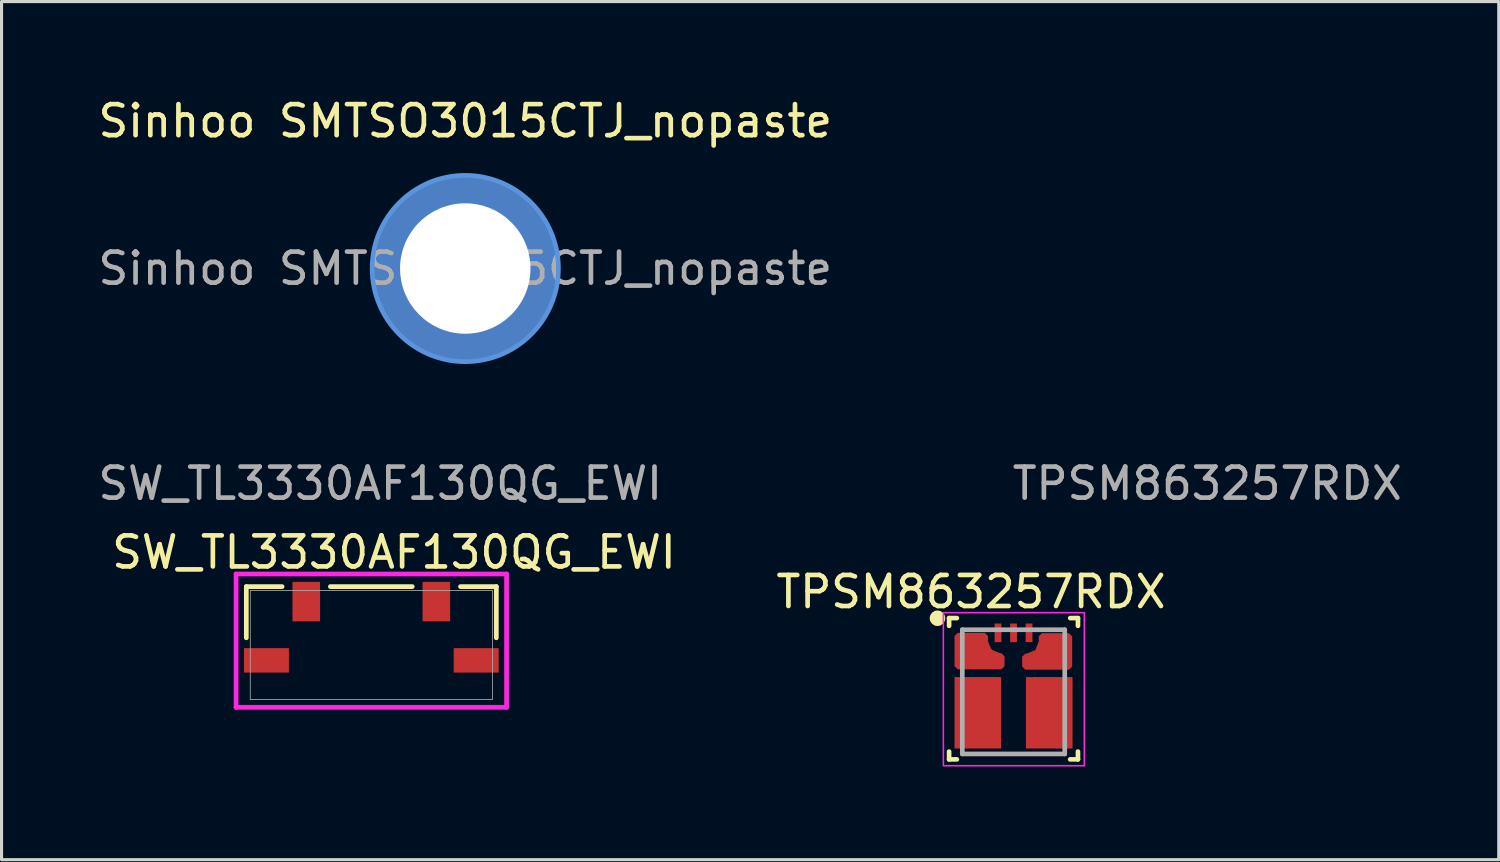
<source format=kicad_pcb>
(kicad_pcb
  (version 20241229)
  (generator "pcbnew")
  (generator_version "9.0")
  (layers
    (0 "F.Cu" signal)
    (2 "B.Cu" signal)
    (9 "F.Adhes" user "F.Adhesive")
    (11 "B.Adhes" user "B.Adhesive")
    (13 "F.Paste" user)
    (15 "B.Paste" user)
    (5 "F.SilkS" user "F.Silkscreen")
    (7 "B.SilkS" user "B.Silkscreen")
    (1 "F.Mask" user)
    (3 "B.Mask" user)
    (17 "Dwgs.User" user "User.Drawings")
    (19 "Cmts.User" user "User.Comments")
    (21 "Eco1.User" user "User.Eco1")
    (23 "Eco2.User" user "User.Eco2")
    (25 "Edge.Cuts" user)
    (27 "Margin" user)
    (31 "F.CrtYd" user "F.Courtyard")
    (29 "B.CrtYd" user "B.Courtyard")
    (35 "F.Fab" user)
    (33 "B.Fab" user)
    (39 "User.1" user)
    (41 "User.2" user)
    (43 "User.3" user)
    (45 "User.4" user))
  (footprint "SW_TL3330AF130QG_EWI"
    (layer "F.Cu")
    (at 8.909 17.723)
    (property "Reference" "SW_TL3330AF130QG_EWI" (at 0.73 -2.985 0) (unlocked yes) (layer "F.SilkS") (effects (font (size 1 1) (thickness 0.15))))
    (attr smd)
    (fp_line (start -4.026 -1.88) (end -4.026 -0.231) (stroke (width 0.152) (type solid)) (layer "F.SilkS"))
    (fp_line (start -2.873 -1.88) (end -4.026 -1.88) (stroke (width 0.152) (type solid)) (layer "F.SilkS"))
    (fp_line (start 1.318 -1.88) (end -1.318 -1.88) (stroke (width 0.152) (type solid)) (layer "F.SilkS"))
    (fp_line (start 4.026 -1.88) (end 2.873 -1.88) (stroke (width 0.152) (type solid)) (layer "F.SilkS"))
    (fp_line (start 4.026 -0.231) (end 4.026 -1.88) (stroke (width 0.152) (type solid)) (layer "F.SilkS"))
    (fp_line (start -4.356 -2.286) (end -4.356 2.007) (stroke (width 0.152) (type solid)) (layer "F.CrtYd"))
    (fp_line (start -4.356 2.007) (end 4.356 2.007) (stroke (width 0.152) (type solid)) (layer "F.CrtYd"))
    (fp_line (start 4.356 -2.286) (end -4.356 -2.286) (stroke (width 0.152) (type solid)) (layer "F.CrtYd"))
    (fp_line (start 4.356 2.007) (end 4.356 -2.286) (stroke (width 0.152) (type solid)) (layer "F.CrtYd"))
    (fp_line (start -3.899 -1.753) (end -3.899 1.753) (stroke (width 0.025) (type solid)) (layer "F.Fab"))
    (fp_line (start -3.899 1.753) (end 3.899 1.753) (stroke (width 0.025) (type solid)) (layer "F.Fab"))
    (fp_line (start 3.899 -1.753) (end -3.899 -1.753) (stroke (width 0.025) (type solid)) (layer "F.Fab"))
    (fp_line (start 3.899 1.753) (end 3.899 -1.753) (stroke (width 0.025) (type solid)) (layer "F.Fab"))
    (fp_text user "${REFERENCE}" (at 0.287 -5.201 0) (unlocked yes) (layer "F.Fab") (effects (font (size 1 1) (thickness 0.15))))
    (pad "1" smd rect (at -2.095 -1.397) (size 0.889 1.27) (layers "F.Cu" "F.Mask" "F.Paste"))
    (pad "2" smd rect (at 2.095 -1.397) (size 0.889 1.27) (layers "F.Cu" "F.Mask" "F.Paste"))
    (pad "3" smd rect (at -3.378 0.495) (size 1.448 0.787) (layers "F.Cu" "F.Mask" "F.Paste"))
    (pad "4" smd rect (at 3.378 0.495) (size 1.448 0.787) (layers "F.Cu" "F.Mask" "F.Paste")))
  (footprint "TPSM863257RDX"
    (layer "F.Cu")
    (at 29.593 19.232)
    (property "Reference" "TPSM863257RDX" (at -1.37 -3.22 0) (unlocked yes) (layer "F.SilkS") (effects (font (size 1 1) (thickness 0.15))))
    (attr through_hole)
    (fp_poly (pts (xy 0.925 -1.85) (xy 0.875 -1.8) (xy 0.875 -1.593) (xy 0.758 -1.312) (xy 0.477 -1.195) (xy 0.39 -1.195) (xy 0.34 -1.145) (xy 0.34 -0.825) (xy 0.39 -0.775) (xy 1.4 -0.775) (xy 1.45 -0.825) (xy 1.5 -0.875) (xy 1.8 -0.875) (xy 1.85 -0.925) (xy 1.85 -1.075) (xy 1.8 -1.125) (xy 1.5 -1.125) (xy 1.45 -1.175) (xy 1.45 -1.325) (xy 1.5 -1.375) (xy 1.8 -1.375) (xy 1.85 -1.425) (xy 1.85 -1.575) (xy 1.8 -1.625) (xy 1.5 -1.625) (xy 1.45 -1.675) (xy 1.45 -1.8) (xy 1.4 -1.85)) (stroke (width 0) (type solid)) (fill yes) (layer "F.Mask"))
    (fp_poly (pts (xy -0.925 -1.85) (xy -0.875 -1.8) (xy -0.875 -1.593) (xy -0.771 -1.343) (xy -0.727 -1.299) (xy -0.477 -1.195) (xy -0.39 -1.195) (xy -0.34 -1.145) (xy -0.34 -0.825) (xy -0.39 -0.775) (xy -1.4 -0.775) (xy -1.45 -0.825) (xy -1.5 -0.875) (xy -1.8 -0.875) (xy -1.85 -0.925) (xy -1.85 -1.075) (xy -1.8 -1.125) (xy -1.5 -1.125) (xy -1.45 -1.175) (xy -1.45 -1.325) (xy -1.5 -1.375) (xy -1.8 -1.375) (xy -1.85 -1.425) (xy -1.85 -1.575) (xy -1.8 -1.625) (xy -1.5 -1.625) (xy -1.45 -1.675) (xy -1.45 -1.8) (xy -1.4 -1.85)) (stroke (width 0) (type solid)) (fill yes) (layer "F.Mask"))
    (fp_poly (pts (xy -0.5 -0.425) (xy -0.45 -0.375) (xy -0.45 1.725) (xy -0.5 1.775) (xy -1.4 1.775) (xy -1.45 1.725) (xy -1.45 1.59) (xy -1.5 1.54) (xy -1.8 1.54) (xy -1.85 1.49) (xy -1.85 1.34) (xy -1.8 1.29) (xy -1.5 1.29) (xy -1.45 1.24) (xy -1.45 1.09) (xy -1.5 1.04) (xy -1.8 1.04) (xy -1.85 0.99) (xy -1.85 0.84) (xy -1.8 0.79) (xy -1.5 0.79) (xy -1.45 0.74) (xy -1.45 0.59) (xy -1.5 0.54) (xy -1.8 0.54) (xy -1.85 0.49) (xy -1.85 0.34) (xy -1.8 0.29) (xy -1.5 0.29) (xy -1.45 0.24) (xy -1.45 0.09) (xy -1.5 0.04) (xy -1.8 0.04) (xy -1.85 -0.01) (xy -1.85 -0.16) (xy -1.8 -0.21) (xy -1.5 -0.21) (xy -1.45 -0.26) (xy -1.45 -0.375) (xy -1.4 -0.425)) (stroke (width 0) (type solid)) (fill yes) (layer "F.Mask"))
    (fp_poly (pts (xy 0.5 -0.425) (xy 0.45 -0.375) (xy 0.45 1.725) (xy 0.5 1.775) (xy 1.4 1.775) (xy 1.45 1.725) (xy 1.45 1.59) (xy 1.5 1.54) (xy 1.8 1.54) (xy 1.85 1.49) (xy 1.85 1.34) (xy 1.8 1.29) (xy 1.5 1.29) (xy 1.45 1.24) (xy 1.45 1.09) (xy 1.5 1.04) (xy 1.8 1.04) (xy 1.85 0.99) (xy 1.85 0.84) (xy 1.8 0.79) (xy 1.5 0.79) (xy 1.45 0.74) (xy 1.45 0.59) (xy 1.5 0.54) (xy 1.8 0.54) (xy 1.85 0.49) (xy 1.85 0.34) (xy 1.8 0.29) (xy 1.5 0.29) (xy 1.45 0.24) (xy 1.45 0.09) (xy 1.5 0.04) (xy 1.8 0.04) (xy 1.85 -0.01) (xy 1.85 -0.16) (xy 1.8 -0.21) (xy 1.5 -0.21) (xy 1.45 -0.26) (xy 1.45 -0.375) (xy 1.4 -0.425)) (stroke (width 0) (type solid)) (fill yes) (layer "F.Mask"))
    (fp_line (start -2.075 -2.375) (end -1.825 -2.375) (stroke (width 0.15) (type solid)) (layer "F.SilkS"))
    (fp_line (start -2.075 -2.125) (end -2.075 -2.375) (stroke (width 0.15) (type solid)) (layer "F.SilkS"))
    (fp_line (start -2.075 2.175) (end -2.075 1.925) (stroke (width 0.15) (type solid)) (layer "F.SilkS"))
    (fp_line (start -2.075 2.175) (end -1.825 2.175) (stroke (width 0.15) (type solid)) (layer "F.SilkS"))
    (fp_line (start 1.825 -2.375) (end 2.075 -2.375) (stroke (width 0.15) (type solid)) (layer "F.SilkS"))
    (fp_line (start 1.825 2.175) (end 2.075 2.175) (stroke (width 0.15) (type solid)) (layer "F.SilkS"))
    (fp_line (start 2.075 -2.125) (end 2.075 -2.375) (stroke (width 0.15) (type solid)) (layer "F.SilkS"))
    (fp_line (start 2.075 2.175) (end 2.075 1.925) (stroke (width 0.15) (type solid)) (layer "F.SilkS"))
    (fp_circle (center -2.45 -2.37) (end -2.325 -2.37) (stroke (width 0.25) (type solid)) (fill no) (layer "F.SilkS"))
    (fp_poly (pts (xy -1.85 -1.575) (xy -1.8 -1.625) (xy -1.45 -1.625) (xy -1.4 -1.575) (xy -1.4 -1.425) (xy -1.45 -1.375) (xy -1.8 -1.375) (xy -1.85 -1.425)) (stroke (width 0) (type solid)) (fill yes) (layer "F.Paste"))
    (fp_poly (pts (xy -1.8 -1.125) (xy -1.45 -1.125) (xy -1.4 -1.075) (xy -1.4 -0.925) (xy -1.45 -0.875) (xy -1.8 -0.875) (xy -1.85 -0.925) (xy -1.85 -1.075)) (stroke (width 0) (type solid)) (fill yes) (layer "F.Paste"))
    (fp_poly (pts (xy 1.85 -1.575) (xy 1.85 -1.425) (xy 1.8 -1.375) (xy 1.45 -1.375) (xy 1.4 -1.425) (xy 1.4 -1.575) (xy 1.45 -1.625) (xy 1.8 -1.625)) (stroke (width 0) (type solid)) (fill yes) (layer "F.Paste"))
    (fp_poly (pts (xy 1.85 -1.075) (xy 1.85 -0.925) (xy 1.8 -0.875) (xy 1.45 -0.875) (xy 1.4 -0.925) (xy 1.4 -1.075) (xy 1.45 -1.125) (xy 1.8 -1.125)) (stroke (width 0) (type solid)) (fill yes) (layer "F.Paste"))
    (fp_poly (pts (xy -0.95 -1.84) (xy -0.9 -1.79) (xy -0.9 -1.596) (xy -0.819 -1.402) (xy -0.683 -1.266) (xy -0.489 -1.185) (xy -0.4 -1.185) (xy -0.35 -1.135) (xy -0.35 -0.835) (xy -0.4 -0.785) (xy -1.15 -0.785) (xy -1.2 -0.835) (xy -1.2 -1.79) (xy -1.15 -1.84)) (stroke (width 0) (type solid)) (fill yes) (layer "F.Paste"))
    (fp_poly (pts (xy 0.95 -1.84) (xy 0.9 -1.79) (xy 0.9 -1.596) (xy 0.788 -1.326) (xy 0.759 -1.297) (xy 0.489 -1.185) (xy 0.4 -1.185) (xy 0.35 -1.135) (xy 0.35 -0.835) (xy 0.4 -0.785) (xy 1.15 -0.785) (xy 1.2 -0.835) (xy 1.2 -1.79) (xy 1.15 -1.84)) (stroke (width 0) (type solid)) (fill yes) (layer "F.Paste"))
    (fp_poly (pts (xy -0.46 1.655) (xy -0.51 1.705) (xy -1.35 1.705) (xy -1.4 1.655) (xy -1.4 1.59) (xy -1.45 1.54) (xy -1.8 1.54) (xy -1.85 1.49) (xy -1.85 1.34) (xy -1.8 1.29) (xy -1.3 1.29) (xy -1.25 1.24) (xy -1.25 1.09) (xy -1.3 1.04) (xy -1.8 1.04) (xy -1.85 0.99) (xy -1.85 0.84) (xy -1.8 0.79) (xy -1.3 0.79) (xy -1.25 0.74) (xy -1.25 0.59) (xy -1.3 0.54) (xy -1.8 0.54) (xy -1.85 0.49) (xy -1.85 0.34) (xy -1.8 0.29) (xy -1.3 0.29) (xy -1.25 0.24) (xy -1.25 0.09) (xy -1.3 0.04) (xy -1.8 0.04) (xy -1.85 -0.01) (xy -1.85 -0.16) (xy -1.8 -0.21) (xy -1.45 -0.21) (xy -1.4 -0.26) (xy -1.4 -0.325) (xy -1.35 -0.375) (xy -0.51 -0.375) (xy -0.46 -0.325) (xy -0.46 0.015) (xy -0.51 0.065) (xy -0.88 0.065) (xy -0.93 0.115) (xy -0.93 0.215) (xy -0.88 0.265) (xy -0.51 0.265) (xy -0.46 0.315) (xy -0.46 0.515) (xy -0.51 0.565) (xy -0.88 0.565) (xy -0.93 0.615) (xy -0.93 0.715) (xy -0.88 0.765) (xy -0.51 0.765) (xy -0.46 0.815) (xy -0.46 1.015) (xy -0.51 1.065) (xy -0.88 1.065) (xy -0.93 1.115) (xy -0.93 1.215) (xy -0.88 1.265) (xy -0.51 1.265) (xy -0.46 1.315)) (stroke (width 0) (type solid)) (fill yes) (layer "F.Paste"))
    (fp_poly (pts (xy 0.46 1.655) (xy 0.51 1.705) (xy 1.35 1.705) (xy 1.4 1.655) (xy 1.4 1.59) (xy 1.45 1.54) (xy 1.8 1.54) (xy 1.85 1.49) (xy 1.85 1.34) (xy 1.8 1.29) (xy 1.3 1.29) (xy 1.25 1.24) (xy 1.25 1.09) (xy 1.3 1.04) (xy 1.8 1.04) (xy 1.85 0.99) (xy 1.85 0.84) (xy 1.8 0.79) (xy 1.3 0.79) (xy 1.25 0.74) (xy 1.25 0.59) (xy 1.3 0.54) (xy 1.8 0.54) (xy 1.85 0.49) (xy 1.85 0.34) (xy 1.8 0.29) (xy 1.3 0.29) (xy 1.25 0.24) (xy 1.25 0.09) (xy 1.3 0.04) (xy 1.8 0.04) (xy 1.85 -0.01) (xy 1.85 -0.16) (xy 1.8 -0.21) (xy 1.45 -0.21) (xy 1.4 -0.26) (xy 1.4 -0.325) (xy 1.35 -0.375) (xy 0.51 -0.375) (xy 0.46 -0.325) (xy 0.46 0.015) (xy 0.51 0.065) (xy 0.88 0.065) (xy 0.93 0.115) (xy 0.93 0.215) (xy 0.88 0.265) (xy 0.51 0.265) (xy 0.46 0.315) (xy 0.46 0.515) (xy 0.51 0.565) (xy 0.88 0.565) (xy 0.93 0.615) (xy 0.93 0.715) (xy 0.88 0.765) (xy 0.51 0.765) (xy 0.46 0.815) (xy 0.46 1.015) (xy 0.51 1.065) (xy 0.88 1.065) (xy 0.93 1.115) (xy 0.93 1.215) (xy 0.88 1.265) (xy 0.51 1.265) (xy 0.46 1.315)) (stroke (width 0) (type solid)) (fill yes) (layer "F.Paste"))
    (fp_rect (start -2.26 -2.55) (end 2.28 2.38) (stroke (width 0.05) (type default)) (fill no) (layer "F.CrtYd"))
    (fp_line (start -1.65 -2) (end 1.65 -2) (stroke (width 0.15) (type solid)) (layer "F.Fab"))
    (fp_line (start -1.65 2) (end -1.65 -2) (stroke (width 0.15) (type solid)) (layer "F.Fab"))
    (fp_line (start -1.65 2) (end 1.65 2) (stroke (width 0.15) (type solid)) (layer "F.Fab"))
    (fp_line (start 1.65 2) (end 1.65 -2) (stroke (width 0.15) (type solid)) (layer "F.Fab"))
    (fp_text user "${REFERENCE}" (at 6.24 -6.71 0) (unlocked yes) (layer "F.Fab") (effects (font (size 1 1) (thickness 0.15))))
    (pad "1" smd custom (at -1.312 -1.312) (size 1.025 1.025) (layers "F.Cu") (options (anchor circle)) (primitives (gr_poly (pts (xy -0.588 -0.487) (xy -0.487 -0.588) (xy 0.388 -0.588) (xy 0.487 -0.487) (xy 0.487 -0.322) (xy 0.584 -0.086) (xy 0.641 -0.029) (xy 0.876 0.068) (xy 0.922 0.067) (xy 1.022 0.168) (xy 1.022 0.487) (xy 0.922 0.587) (xy -0.487 0.587) (xy -0.588 0.487)) (width 0) (fill yes))))
    (pad "2" smd rect (at -1.15 0.675) (size 1.5 2.3) (layers "F.Cu"))
    (pad "3" smd rect (at 1.15 0.675) (size 1.5 2.3) (layers "F.Cu"))
    (pad "4" smd custom (at 1.3 -1.3) (size 1.025 1.025) (layers "F.Cu") (options (anchor circle)) (primitives (gr_poly (pts (xy 0.588 -0.487) (xy 0.487 -0.588) (xy -0.388 -0.588) (xy -0.487 -0.487) (xy -0.487 -0.322) (xy -0.6 -0.045) (xy -0.876 0.068) (xy -0.922 0.067) (xy -1.022 0.168) (xy -1.022 0.487) (xy -0.922 0.587) (xy 0.487 0.587) (xy 0.588 0.487)) (width 0) (fill yes))))
    (pad "5" smd rect (at 0.5 -1.9) (size 0.22 0.6) (layers "F.Cu" "F.Mask" "F.Paste"))
    (pad "6" smd rect (at 0 -1.9) (size 0.22 0.6) (layers "F.Cu" "F.Mask" "F.Paste"))
    (pad "7" smd rect (at -0.5 -1.9) (size 0.22 0.6) (layers "F.Cu" "F.Mask" "F.Paste")))
  (footprint "Sinhoo SMTSO3015CTJ_nopaste"
    (layer "F.Cu")
    (at 11.935 5.598)
    (property "Reference" "Sinhoo SMTSO3015CTJ_nopaste" (at 0 -4.75 0) (layer "F.SilkS") (effects (font (size 1 1) (thickness 0.15))))
    (attr exclude_from_pos_files exclude_from_bom)
    (fp_circle (center 0 0) (end 3 0) (stroke (width 0.15) (type solid)) (fill no) (layer "Cmts.User"))
    (fp_circle (center 0 0) (end 3 0) (stroke (width 0.05) (type solid)) (fill no) (layer "F.CrtYd"))
    (fp_text user "${REFERENCE}" (at 0 0 0) (layer "F.Fab") (effects (font (size 1 1) (thickness 0.15))))
    (pad "1" thru_hole circle (at 0 0) (size 6 6) (drill 4.2) (layers "*.Cu" "*.Mask")))
  (gr_rect
    (start -3 -3)
    (end 45.22 24.637)
    (stroke (width 0.1) (type default))
    (fill no)
    (layer "Edge.Cuts")))
</source>
